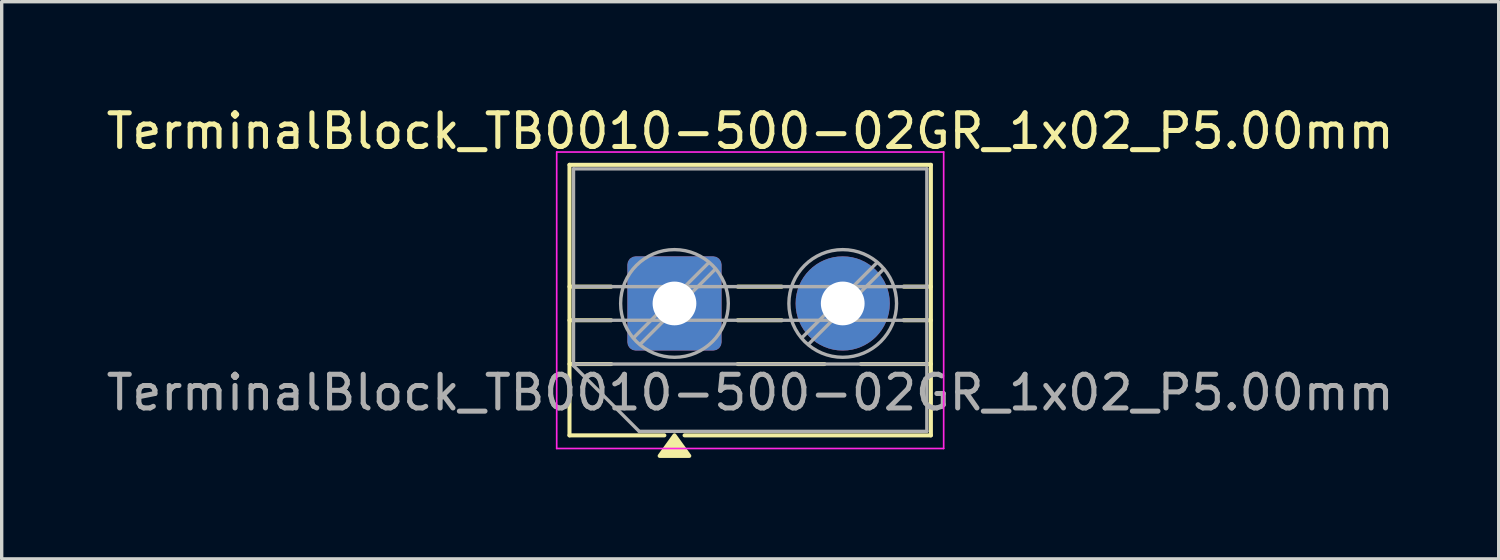
<source format=kicad_pcb>
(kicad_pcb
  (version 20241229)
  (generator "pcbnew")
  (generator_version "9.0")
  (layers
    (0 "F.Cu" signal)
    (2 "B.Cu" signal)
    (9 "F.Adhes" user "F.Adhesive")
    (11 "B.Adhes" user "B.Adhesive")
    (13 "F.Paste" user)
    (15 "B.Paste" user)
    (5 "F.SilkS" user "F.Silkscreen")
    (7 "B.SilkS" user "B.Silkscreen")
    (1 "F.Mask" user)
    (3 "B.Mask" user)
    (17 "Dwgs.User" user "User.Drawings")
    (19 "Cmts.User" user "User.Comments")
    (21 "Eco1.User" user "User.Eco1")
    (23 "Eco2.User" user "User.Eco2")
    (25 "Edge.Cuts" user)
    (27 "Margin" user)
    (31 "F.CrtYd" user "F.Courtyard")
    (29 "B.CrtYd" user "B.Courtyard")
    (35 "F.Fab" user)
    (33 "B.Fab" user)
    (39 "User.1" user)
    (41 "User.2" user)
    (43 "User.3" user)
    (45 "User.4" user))
  (footprint "TerminalBlock_TB0010-500-02GR_1x02_P5.00mm"
    (layer "F.Cu")
    (at 16.994 5.968)
    (property "Reference" "TerminalBlock_TB0010-500-02GR_1x02_P5.00mm" (at 2.25 -5.12 180) (layer "F.SilkS") (effects (font (size 1 1) (thickness 0.15))))
    (attr through_hole)
    (fp_line (start -3.12 -4.12) (end 7.62 -4.12) (stroke (width 0.12) (type solid)) (layer "F.SilkS"))
    (fp_line (start -3.12 -0.5) (end -1.88 -0.5) (stroke (width 0.12) (type solid)) (layer "F.SilkS"))
    (fp_line (start -3.12 0.5) (end -1.88 0.5) (stroke (width 0.12) (type solid)) (layer "F.SilkS"))
    (fp_line (start -3.12 1.8) (end -1.88 1.8) (stroke (width 0.12) (type solid)) (layer "F.SilkS"))
    (fp_line (start -3.12 3.92) (end -3.12 -4.12) (stroke (width 0.12) (type solid)) (layer "F.SilkS"))
    (fp_line (start -0.3 3.92) (end -3.12 3.92) (stroke (width 0.12) (type solid)) (layer "F.SilkS"))
    (fp_line (start 1.88 -0.5) (end 3.188 -0.5) (stroke (width 0.12) (type solid)) (layer "F.SilkS"))
    (fp_line (start 1.88 0.5) (end 3.188 0.5) (stroke (width 0.12) (type solid)) (layer "F.SilkS"))
    (fp_line (start 1.88 1.8) (end 4.457 1.8) (stroke (width 0.12) (type solid)) (layer "F.SilkS"))
    (fp_line (start 5.543 1.8) (end 7.62 1.8) (stroke (width 0.12) (type solid)) (layer "F.SilkS"))
    (fp_line (start 6.812 -0.5) (end 7.62 -0.5) (stroke (width 0.12) (type solid)) (layer "F.SilkS"))
    (fp_line (start 6.812 0.5) (end 7.62 0.5) (stroke (width 0.12) (type solid)) (layer "F.SilkS"))
    (fp_line (start 7.62 -4.12) (end 7.62 3.92) (stroke (width 0.12) (type solid)) (layer "F.SilkS"))
    (fp_line (start 7.62 3.92) (end 0.3 3.92) (stroke (width 0.12) (type solid)) (layer "F.SilkS"))
    (fp_poly (pts (xy 0 3.92) (xy 0.44 4.53) (xy -0.44 4.53)) (stroke (width 0.12) (type solid)) (fill yes) (layer "F.SilkS"))
    (fp_line (start -3.5 -4.5) (end -3.5 4.31) (stroke (width 0.05) (type solid)) (layer "F.CrtYd"))
    (fp_line (start -3.5 4.31) (end 8 4.31) (stroke (width 0.05) (type solid)) (layer "F.CrtYd"))
    (fp_line (start 8 -4.5) (end -3.5 -4.5) (stroke (width 0.05) (type solid)) (layer "F.CrtYd"))
    (fp_line (start 8 4.31) (end 8 -4.5) (stroke (width 0.05) (type solid)) (layer "F.CrtYd"))
    (fp_line (start -3 -4) (end 7.5 -4) (stroke (width 0.1) (type solid)) (layer "F.Fab"))
    (fp_line (start -3 -0.5) (end 7.5 -0.5) (stroke (width 0.1) (type solid)) (layer "F.Fab"))
    (fp_line (start -3 0.5) (end 7.5 0.5) (stroke (width 0.1) (type solid)) (layer "F.Fab"))
    (fp_line (start -3 1.8) (end 7.5 1.8) (stroke (width 0.1) (type solid)) (layer "F.Fab"))
    (fp_line (start -3 1.85) (end -3 -4) (stroke (width 0.1) (type solid)) (layer "F.Fab"))
    (fp_line (start -1.05 3.8) (end -3 1.85) (stroke (width 0.1) (type solid)) (layer "F.Fab"))
    (fp_line (start 1.018 -1.213) (end -1.213 1.018) (stroke (width 0.1) (type solid)) (layer "F.Fab"))
    (fp_line (start 1.213 -1.018) (end -1.018 1.213) (stroke (width 0.1) (type solid)) (layer "F.Fab"))
    (fp_line (start 6.018 -1.213) (end 3.787 1.018) (stroke (width 0.1) (type solid)) (layer "F.Fab"))
    (fp_line (start 6.213 -1.018) (end 3.982 1.213) (stroke (width 0.1) (type solid)) (layer "F.Fab"))
    (fp_line (start 7.5 -4) (end 7.5 3.8) (stroke (width 0.1) (type solid)) (layer "F.Fab"))
    (fp_line (start 7.5 3.8) (end -1.05 3.8) (stroke (width 0.1) (type solid)) (layer "F.Fab"))
    (fp_circle (center 0 0) (end 1.6 0) (stroke (width 0.1) (type solid)) (fill no) (layer "F.Fab"))
    (fp_circle (center 5 0) (end 6.6 0) (stroke (width 0.1) (type solid)) (fill no) (layer "F.Fab"))
    (fp_text user "${REFERENCE}" (at 2.25 2.65 180) (layer "F.Fab") (effects (font (size 1 1) (thickness 0.15))))
    (pad "1" thru_hole roundrect (at 0 0) (size 2.8 2.8) (drill 1.3) (layers "*.Cu" "*.Mask") (roundrect_rratio 0.089))
    (pad "2" thru_hole circle (at 5 0) (size 2.8 2.8) (drill 1.3) (layers "*.Cu" "*.Mask")))
  (gr_rect
    (start -3 -3)
    (end 41.488 13.558)
    (stroke (width 0.1) (type default))
    (fill no)
    (layer "Edge.Cuts")))
</source>
